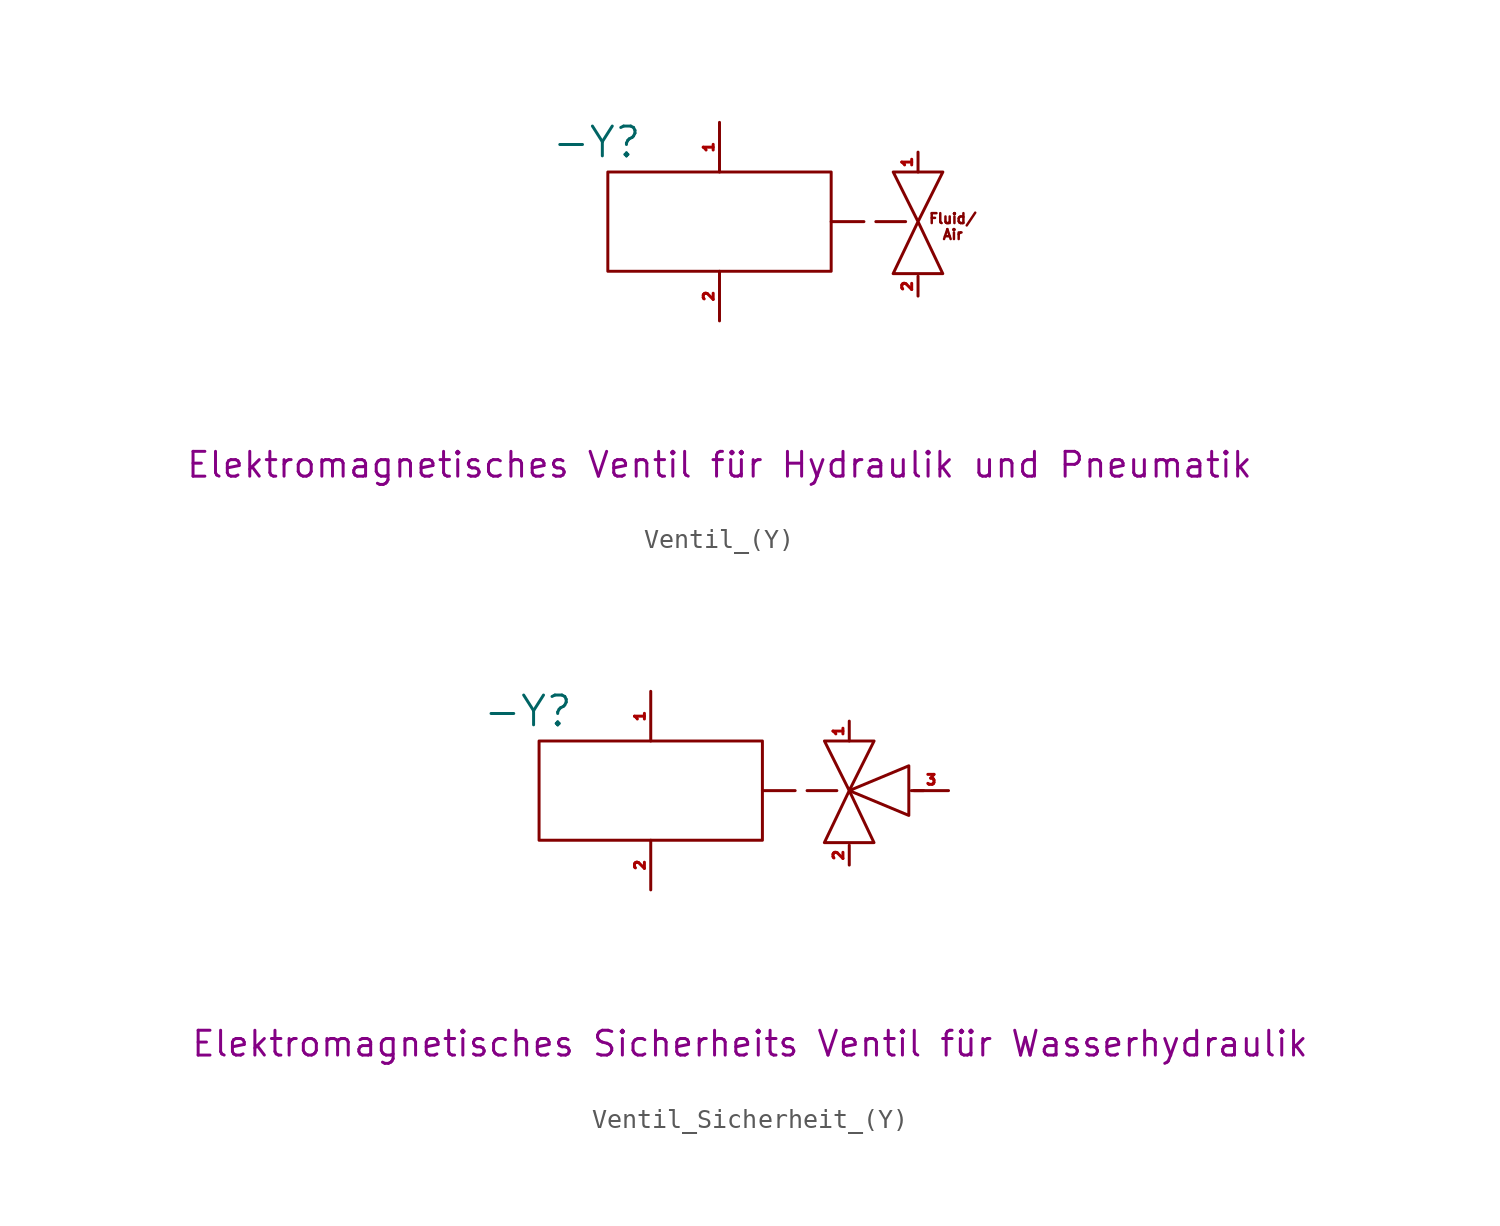
<source format=kicad_sym>
(kicad_symbol_lib
  (version 20241209)
  (generator "kicad_symbol_editor")
  (generator_version "9.0")
  (symbol "Ventil_(Y)"
    (pin_names
      (hide yes))
    (property "Reference" "-Y"
      (at -8.636 4.064 0)
      (do_not_autoplace)
      (effects (font (size 1.524 1.524)) (justify left)))
    (property "Value" ""
      (at 0 0 0)
      (effects (font (size 1.27 1.27))))
    (property "Description" "Elektromagnetisches Ventil für Hydraulik und Pneumatik"
      (at 0 -12.446 0)
      (effects (font (size 1.27 1.27))))
    (symbol "Ventil_(Y)_0_1"
      (rectangle (start -5.715 2.54) (end 5.715 -2.54) (stroke (width 0) (type default)) (fill (type none))))
    (symbol "Ventil_(Y)_1_1"
      (polyline (pts (xy 5.715 0) (xy 9.525 0)) (stroke (width 0) (type dash)) (fill (type none)))
      (polyline (pts (xy 10.16 0) (xy 8.886 -2.662) (xy 11.426 -2.662) (xy 10.16 0) (xy 8.89 2.54) (xy 11.43 2.54) (xy 10.16 0)) (stroke (width 0) (type solid)) (fill (type none)))
      (text "Fluid/\nAir" (at 11.938 -0.254 0) (effects (font (size 0.508 0.508))))
      (pin input line (at 0 5.08 270) (length 2.54) (name "" (effects (font (size 0.762 0.762)))) (number "1" (effects (font (size 0.508 0.508)))))
      (pin output line (at 0 -5.08 90) (length 2.54) (name "" (effects (font (size 0.762 0.762)))) (number "2" (effects (font (size 0.508 0.508)))))
      (pin passive line (at 10.16 3.556 270) (length 1.016) (name "1" (effects (font (size 0.762 0.762)))) (number "1" (effects (font (size 0.508 0.508)))))
      (pin passive line (at 10.16 -3.81 90) (length 1.016) (name "2" (effects (font (size 0.762 0.762)))) (number "2" (effects (font (size 0.508 0.508)))))))
  (symbol "Ventil_Sicherheit_(Y)"
    (pin_names
      (hide yes))
    (property "Reference" "-Y"
      (at -8.636 4.064 0)
      (do_not_autoplace)
      (effects (font (size 1.524 1.524)) (justify left)))
    (property "Value" ""
      (at 0 0 0)
      (effects (font (size 1.27 1.27))))
    (property "Description" "Elektromagnetisches Sicherheits Ventil für Wasserhydraulik"
      (at 5.08 -12.954 0)
      (effects (font (size 1.27 1.27))))
    (symbol "Ventil_Sicherheit_(Y)_0_1"
      (rectangle (start -5.715 2.54) (end 5.715 -2.54) (stroke (width 0) (type default)) (fill (type none)))
      (polyline (pts (xy 10.16 0) (xy 13.208 1.27) (xy 13.208 -1.27) (xy 10.16 0)) (stroke (width 0) (type default)) (fill (type none)))
      (polyline (pts (xy 13.335 0) (xy 13.97 0)) (stroke (width 0) (type default)) (fill (type none))))
    (symbol "Ventil_Sicherheit_(Y)_1_1"
      (polyline (pts (xy 5.715 0) (xy 9.525 0)) (stroke (width 0) (type dash)) (fill (type none)))
      (polyline (pts (xy 10.16 0) (xy 8.886 -2.662) (xy 11.426 -2.662) (xy 10.16 0) (xy 8.89 2.54) (xy 11.43 2.54) (xy 10.16 0)) (stroke (width 0) (type solid)) (fill (type none)))
      (pin input line (at 0 5.08 270) (length 2.54) (name "" (effects (font (size 0.762 0.762)))) (number "1" (effects (font (size 0.508 0.508)))))
      (pin output line (at 0 -5.08 90) (length 2.54) (name "" (effects (font (size 0.762 0.762)))) (number "2" (effects (font (size 0.508 0.508)))))
      (pin passive line (at 10.16 3.556 270) (length 1.016) (name "1" (effects (font (size 0.762 0.762)))) (number "1" (effects (font (size 0.508 0.508)))))
      (pin passive line (at 10.16 -3.81 90) (length 1.016) (name "2" (effects (font (size 0.762 0.762)))) (number "2" (effects (font (size 0.508 0.508)))))
      (pin passive line (at 15.24 0 180) (length 1.778) (name "3" (effects (font (size 0.762 0.762)))) (number "3" (effects (font (size 0.508 0.508))))))))
</source>
